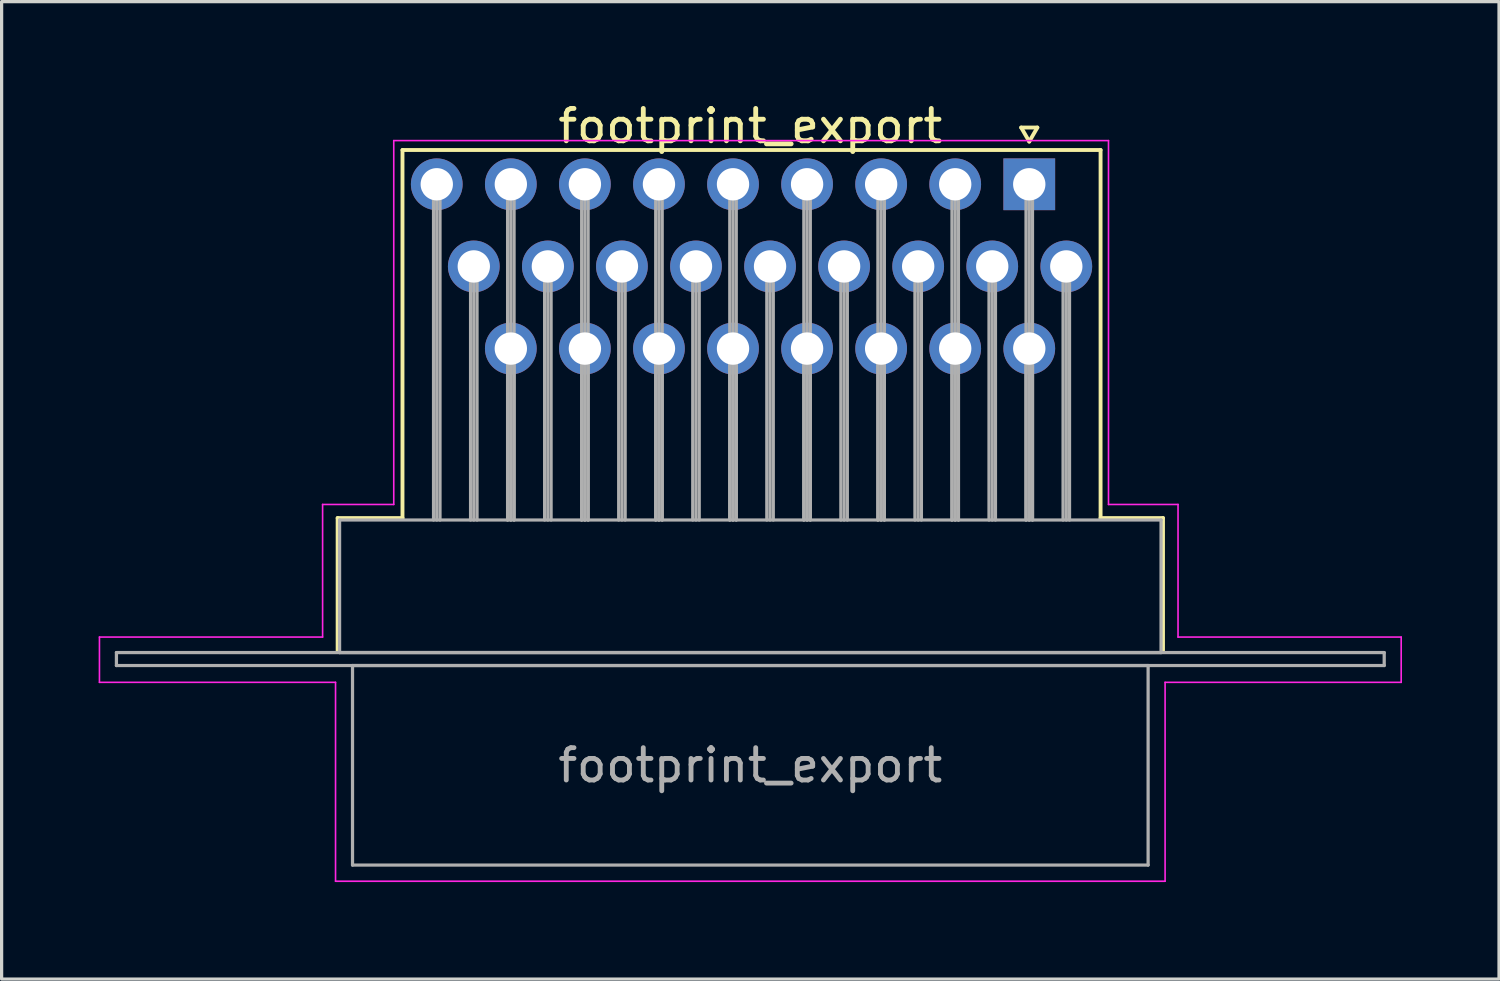
<source format=kicad_pcb>
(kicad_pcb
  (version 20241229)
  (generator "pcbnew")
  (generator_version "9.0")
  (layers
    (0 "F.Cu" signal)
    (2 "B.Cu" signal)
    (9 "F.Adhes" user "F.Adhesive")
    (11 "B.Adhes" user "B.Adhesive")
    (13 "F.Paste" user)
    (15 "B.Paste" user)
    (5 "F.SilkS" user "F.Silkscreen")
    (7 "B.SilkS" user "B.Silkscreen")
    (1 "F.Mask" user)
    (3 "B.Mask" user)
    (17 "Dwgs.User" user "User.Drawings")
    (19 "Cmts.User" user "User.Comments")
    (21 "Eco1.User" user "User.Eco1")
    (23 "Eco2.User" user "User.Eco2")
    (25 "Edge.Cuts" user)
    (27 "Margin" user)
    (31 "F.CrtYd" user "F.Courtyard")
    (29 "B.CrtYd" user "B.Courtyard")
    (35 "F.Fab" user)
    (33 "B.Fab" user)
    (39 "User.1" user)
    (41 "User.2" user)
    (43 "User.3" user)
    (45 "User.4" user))
  (footprint "footprint_export"
    (layer "F.Cu")
    (at 28.775 2.648)
    (property "Reference" "footprint_export" (at -8.625 -1.8 0) (layer "F.SilkS") (effects (font (size 1 1) (thickness 0.15))))
    (attr through_hole)
    (fp_line (start -21.385 10.32) (end -19.38 10.32) (stroke (width 0.12) (type solid)) (layer "F.SilkS"))
    (fp_line (start -21.385 14.42) (end -21.385 10.32) (stroke (width 0.12) (type solid)) (layer "F.SilkS"))
    (fp_line (start -19.38 -1.06) (end 2.205 -1.06) (stroke (width 0.12) (type solid)) (layer "F.SilkS"))
    (fp_line (start -19.38 10.32) (end -19.38 -1.06) (stroke (width 0.12) (type solid)) (layer "F.SilkS"))
    (fp_line (start -0.25 -1.754) (end 0.25 -1.754) (stroke (width 0.12) (type solid)) (layer "F.SilkS"))
    (fp_line (start 0 -1.321) (end -0.25 -1.754) (stroke (width 0.12) (type solid)) (layer "F.SilkS"))
    (fp_line (start 0.25 -1.754) (end 0 -1.321) (stroke (width 0.12) (type solid)) (layer "F.SilkS"))
    (fp_line (start 2.205 -1.06) (end 2.205 10.32) (stroke (width 0.12) (type solid)) (layer "F.SilkS"))
    (fp_line (start 2.205 10.32) (end 4.135 10.32) (stroke (width 0.12) (type solid)) (layer "F.SilkS"))
    (fp_line (start 4.135 10.32) (end 4.135 14.42) (stroke (width 0.12) (type solid)) (layer "F.SilkS"))
    (fp_line (start -28.75 14) (end -21.85 14) (stroke (width 0.05) (type solid)) (layer "F.CrtYd"))
    (fp_line (start -28.75 15.4) (end -28.75 14) (stroke (width 0.05) (type solid)) (layer "F.CrtYd"))
    (fp_line (start -21.85 9.9) (end -19.65 9.9) (stroke (width 0.05) (type solid)) (layer "F.CrtYd"))
    (fp_line (start -21.85 14) (end -21.85 9.9) (stroke (width 0.05) (type solid)) (layer "F.CrtYd"))
    (fp_line (start -21.45 15.4) (end -28.75 15.4) (stroke (width 0.05) (type solid)) (layer "F.CrtYd"))
    (fp_line (start -21.45 21.55) (end -21.45 15.4) (stroke (width 0.05) (type solid)) (layer "F.CrtYd"))
    (fp_line (start -19.65 -1.35) (end 2.45 -1.35) (stroke (width 0.05) (type solid)) (layer "F.CrtYd"))
    (fp_line (start -19.65 9.9) (end -19.65 -1.35) (stroke (width 0.05) (type solid)) (layer "F.CrtYd"))
    (fp_line (start 2.45 -1.35) (end 2.45 9.9) (stroke (width 0.05) (type solid)) (layer "F.CrtYd"))
    (fp_line (start 2.45 9.9) (end 4.6 9.9) (stroke (width 0.05) (type solid)) (layer "F.CrtYd"))
    (fp_line (start 4.2 15.4) (end 4.2 21.55) (stroke (width 0.05) (type solid)) (layer "F.CrtYd"))
    (fp_line (start 4.2 21.55) (end -21.45 21.55) (stroke (width 0.05) (type solid)) (layer "F.CrtYd"))
    (fp_line (start 4.6 9.9) (end 4.6 14) (stroke (width 0.05) (type solid)) (layer "F.CrtYd"))
    (fp_line (start 4.6 14) (end 11.5 14) (stroke (width 0.05) (type solid)) (layer "F.CrtYd"))
    (fp_line (start 11.5 14) (end 11.5 15.4) (stroke (width 0.05) (type solid)) (layer "F.CrtYd"))
    (fp_line (start 11.5 15.4) (end 4.2 15.4) (stroke (width 0.05) (type solid)) (layer "F.CrtYd"))
    (fp_line (start -28.225 14.48) (end -28.225 14.88) (stroke (width 0.1) (type solid)) (layer "F.Fab"))
    (fp_line (start -28.225 14.88) (end 10.975 14.88) (stroke (width 0.1) (type solid)) (layer "F.Fab"))
    (fp_line (start -21.325 10.38) (end -21.325 14.48) (stroke (width 0.1) (type solid)) (layer "F.Fab"))
    (fp_line (start -21.325 14.48) (end 4.075 14.48) (stroke (width 0.1) (type solid)) (layer "F.Fab"))
    (fp_line (start -20.925 14.88) (end -20.925 21.05) (stroke (width 0.1) (type solid)) (layer "F.Fab"))
    (fp_line (start -20.925 21.05) (end 3.675 21.05) (stroke (width 0.1) (type solid)) (layer "F.Fab"))
    (fp_line (start -18.42 0) (end -18.42 10.38) (stroke (width 0.1) (type solid)) (layer "F.Fab"))
    (fp_line (start -18.32 0) (end -18.32 10.38) (stroke (width 0.1) (type solid)) (layer "F.Fab"))
    (fp_line (start -18.22 0) (end -18.22 10.38) (stroke (width 0.1) (type solid)) (layer "F.Fab"))
    (fp_line (start -17.275 2.54) (end -17.275 10.38) (stroke (width 0.1) (type solid)) (layer "F.Fab"))
    (fp_line (start -17.175 2.54) (end -17.175 10.38) (stroke (width 0.1) (type solid)) (layer "F.Fab"))
    (fp_line (start -17.075 2.54) (end -17.075 10.38) (stroke (width 0.1) (type solid)) (layer "F.Fab"))
    (fp_line (start -16.13 0) (end -16.13 10.38) (stroke (width 0.1) (type solid)) (layer "F.Fab"))
    (fp_line (start -16.13 5.08) (end -16.13 10.38) (stroke (width 0.1) (type solid)) (layer "F.Fab"))
    (fp_line (start -16.03 0) (end -16.03 10.38) (stroke (width 0.1) (type solid)) (layer "F.Fab"))
    (fp_line (start -16.03 5.08) (end -16.03 10.38) (stroke (width 0.1) (type solid)) (layer "F.Fab"))
    (fp_line (start -15.93 0) (end -15.93 10.38) (stroke (width 0.1) (type solid)) (layer "F.Fab"))
    (fp_line (start -15.93 5.08) (end -15.93 10.38) (stroke (width 0.1) (type solid)) (layer "F.Fab"))
    (fp_line (start -14.985 2.54) (end -14.985 10.38) (stroke (width 0.1) (type solid)) (layer "F.Fab"))
    (fp_line (start -14.885 2.54) (end -14.885 10.38) (stroke (width 0.1) (type solid)) (layer "F.Fab"))
    (fp_line (start -14.785 2.54) (end -14.785 10.38) (stroke (width 0.1) (type solid)) (layer "F.Fab"))
    (fp_line (start -13.84 0) (end -13.84 10.38) (stroke (width 0.1) (type solid)) (layer "F.Fab"))
    (fp_line (start -13.84 5.08) (end -13.84 10.38) (stroke (width 0.1) (type solid)) (layer "F.Fab"))
    (fp_line (start -13.74 0) (end -13.74 10.38) (stroke (width 0.1) (type solid)) (layer "F.Fab"))
    (fp_line (start -13.74 5.08) (end -13.74 10.38) (stroke (width 0.1) (type solid)) (layer "F.Fab"))
    (fp_line (start -13.64 0) (end -13.64 10.38) (stroke (width 0.1) (type solid)) (layer "F.Fab"))
    (fp_line (start -13.64 5.08) (end -13.64 10.38) (stroke (width 0.1) (type solid)) (layer "F.Fab"))
    (fp_line (start -12.695 2.54) (end -12.695 10.38) (stroke (width 0.1) (type solid)) (layer "F.Fab"))
    (fp_line (start -12.595 2.54) (end -12.595 10.38) (stroke (width 0.1) (type solid)) (layer "F.Fab"))
    (fp_line (start -12.495 2.54) (end -12.495 10.38) (stroke (width 0.1) (type solid)) (layer "F.Fab"))
    (fp_line (start -11.55 0) (end -11.55 10.38) (stroke (width 0.1) (type solid)) (layer "F.Fab"))
    (fp_line (start -11.55 5.08) (end -11.55 10.38) (stroke (width 0.1) (type solid)) (layer "F.Fab"))
    (fp_line (start -11.45 0) (end -11.45 10.38) (stroke (width 0.1) (type solid)) (layer "F.Fab"))
    (fp_line (start -11.45 5.08) (end -11.45 10.38) (stroke (width 0.1) (type solid)) (layer "F.Fab"))
    (fp_line (start -11.35 0) (end -11.35 10.38) (stroke (width 0.1) (type solid)) (layer "F.Fab"))
    (fp_line (start -11.35 5.08) (end -11.35 10.38) (stroke (width 0.1) (type solid)) (layer "F.Fab"))
    (fp_line (start -10.405 2.54) (end -10.405 10.38) (stroke (width 0.1) (type solid)) (layer "F.Fab"))
    (fp_line (start -10.305 2.54) (end -10.305 10.38) (stroke (width 0.1) (type solid)) (layer "F.Fab"))
    (fp_line (start -10.205 2.54) (end -10.205 10.38) (stroke (width 0.1) (type solid)) (layer "F.Fab"))
    (fp_line (start -9.26 0) (end -9.26 10.38) (stroke (width 0.1) (type solid)) (layer "F.Fab"))
    (fp_line (start -9.26 5.08) (end -9.26 10.38) (stroke (width 0.1) (type solid)) (layer "F.Fab"))
    (fp_line (start -9.16 0) (end -9.16 10.38) (stroke (width 0.1) (type solid)) (layer "F.Fab"))
    (fp_line (start -9.16 5.08) (end -9.16 10.38) (stroke (width 0.1) (type solid)) (layer "F.Fab"))
    (fp_line (start -9.06 0) (end -9.06 10.38) (stroke (width 0.1) (type solid)) (layer "F.Fab"))
    (fp_line (start -9.06 5.08) (end -9.06 10.38) (stroke (width 0.1) (type solid)) (layer "F.Fab"))
    (fp_line (start -8.115 2.54) (end -8.115 10.38) (stroke (width 0.1) (type solid)) (layer "F.Fab"))
    (fp_line (start -8.015 2.54) (end -8.015 10.38) (stroke (width 0.1) (type solid)) (layer "F.Fab"))
    (fp_line (start -7.915 2.54) (end -7.915 10.38) (stroke (width 0.1) (type solid)) (layer "F.Fab"))
    (fp_line (start -6.97 0) (end -6.97 10.38) (stroke (width 0.1) (type solid)) (layer "F.Fab"))
    (fp_line (start -6.97 5.08) (end -6.97 10.38) (stroke (width 0.1) (type solid)) (layer "F.Fab"))
    (fp_line (start -6.87 0) (end -6.87 10.38) (stroke (width 0.1) (type solid)) (layer "F.Fab"))
    (fp_line (start -6.87 5.08) (end -6.87 10.38) (stroke (width 0.1) (type solid)) (layer "F.Fab"))
    (fp_line (start -6.77 0) (end -6.77 10.38) (stroke (width 0.1) (type solid)) (layer "F.Fab"))
    (fp_line (start -6.77 5.08) (end -6.77 10.38) (stroke (width 0.1) (type solid)) (layer "F.Fab"))
    (fp_line (start -5.825 2.54) (end -5.825 10.38) (stroke (width 0.1) (type solid)) (layer "F.Fab"))
    (fp_line (start -5.725 2.54) (end -5.725 10.38) (stroke (width 0.1) (type solid)) (layer "F.Fab"))
    (fp_line (start -5.625 2.54) (end -5.625 10.38) (stroke (width 0.1) (type solid)) (layer "F.Fab"))
    (fp_line (start -4.68 0) (end -4.68 10.38) (stroke (width 0.1) (type solid)) (layer "F.Fab"))
    (fp_line (start -4.68 5.08) (end -4.68 10.38) (stroke (width 0.1) (type solid)) (layer "F.Fab"))
    (fp_line (start -4.58 0) (end -4.58 10.38) (stroke (width 0.1) (type solid)) (layer "F.Fab"))
    (fp_line (start -4.58 5.08) (end -4.58 10.38) (stroke (width 0.1) (type solid)) (layer "F.Fab"))
    (fp_line (start -4.48 0) (end -4.48 10.38) (stroke (width 0.1) (type solid)) (layer "F.Fab"))
    (fp_line (start -4.48 5.08) (end -4.48 10.38) (stroke (width 0.1) (type solid)) (layer "F.Fab"))
    (fp_line (start -3.535 2.54) (end -3.535 10.38) (stroke (width 0.1) (type solid)) (layer "F.Fab"))
    (fp_line (start -3.435 2.54) (end -3.435 10.38) (stroke (width 0.1) (type solid)) (layer "F.Fab"))
    (fp_line (start -3.335 2.54) (end -3.335 10.38) (stroke (width 0.1) (type solid)) (layer "F.Fab"))
    (fp_line (start -2.39 0) (end -2.39 10.38) (stroke (width 0.1) (type solid)) (layer "F.Fab"))
    (fp_line (start -2.39 5.08) (end -2.39 10.38) (stroke (width 0.1) (type solid)) (layer "F.Fab"))
    (fp_line (start -2.29 0) (end -2.29 10.38) (stroke (width 0.1) (type solid)) (layer "F.Fab"))
    (fp_line (start -2.29 5.08) (end -2.29 10.38) (stroke (width 0.1) (type solid)) (layer "F.Fab"))
    (fp_line (start -2.19 0) (end -2.19 10.38) (stroke (width 0.1) (type solid)) (layer "F.Fab"))
    (fp_line (start -2.19 5.08) (end -2.19 10.38) (stroke (width 0.1) (type solid)) (layer "F.Fab"))
    (fp_line (start -1.245 2.54) (end -1.245 10.38) (stroke (width 0.1) (type solid)) (layer "F.Fab"))
    (fp_line (start -1.145 2.54) (end -1.145 10.38) (stroke (width 0.1) (type solid)) (layer "F.Fab"))
    (fp_line (start -1.045 2.54) (end -1.045 10.38) (stroke (width 0.1) (type solid)) (layer "F.Fab"))
    (fp_line (start -0.1 0) (end -0.1 10.38) (stroke (width 0.1) (type solid)) (layer "F.Fab"))
    (fp_line (start -0.1 5.08) (end -0.1 10.38) (stroke (width 0.1) (type solid)) (layer "F.Fab"))
    (fp_line (start 0 0) (end 0 10.38) (stroke (width 0.1) (type solid)) (layer "F.Fab"))
    (fp_line (start 0 5.08) (end 0 10.38) (stroke (width 0.1) (type solid)) (layer "F.Fab"))
    (fp_line (start 0.1 0) (end 0.1 10.38) (stroke (width 0.1) (type solid)) (layer "F.Fab"))
    (fp_line (start 0.1 5.08) (end 0.1 10.38) (stroke (width 0.1) (type solid)) (layer "F.Fab"))
    (fp_line (start 1.045 2.54) (end 1.045 10.38) (stroke (width 0.1) (type solid)) (layer "F.Fab"))
    (fp_line (start 1.145 2.54) (end 1.145 10.38) (stroke (width 0.1) (type solid)) (layer "F.Fab"))
    (fp_line (start 1.245 2.54) (end 1.245 10.38) (stroke (width 0.1) (type solid)) (layer "F.Fab"))
    (fp_line (start 3.675 14.88) (end -20.925 14.88) (stroke (width 0.1) (type solid)) (layer "F.Fab"))
    (fp_line (start 3.675 21.05) (end 3.675 14.88) (stroke (width 0.1) (type solid)) (layer "F.Fab"))
    (fp_line (start 4.075 10.38) (end -21.325 10.38) (stroke (width 0.1) (type solid)) (layer "F.Fab"))
    (fp_line (start 4.075 14.48) (end 4.075 10.38) (stroke (width 0.1) (type solid)) (layer "F.Fab"))
    (fp_line (start 10.975 14.48) (end -28.225 14.48) (stroke (width 0.1) (type solid)) (layer "F.Fab"))
    (fp_line (start 10.975 14.88) (end 10.975 14.48) (stroke (width 0.1) (type solid)) (layer "F.Fab"))
    (fp_text user "${REFERENCE}" (at -8.625 17.965 0) (layer "F.Fab") (effects (font (size 1 1) (thickness 0.15))))
    (pad "1" thru_hole rect (at 0 0) (size 1.6 1.6) (drill 1) (layers "*.Cu" "*.Mask"))
    (pad "2" thru_hole circle (at -2.29 0) (size 1.6 1.6) (drill 1) (layers "*.Cu" "*.Mask"))
    (pad "3" thru_hole circle (at -4.58 0) (size 1.6 1.6) (drill 1) (layers "*.Cu" "*.Mask"))
    (pad "4" thru_hole circle (at -6.87 0) (size 1.6 1.6) (drill 1) (layers "*.Cu" "*.Mask"))
    (pad "5" thru_hole circle (at -9.16 0) (size 1.6 1.6) (drill 1) (layers "*.Cu" "*.Mask"))
    (pad "6" thru_hole circle (at -11.45 0) (size 1.6 1.6) (drill 1) (layers "*.Cu" "*.Mask"))
    (pad "7" thru_hole circle (at -13.74 0) (size 1.6 1.6) (drill 1) (layers "*.Cu" "*.Mask"))
    (pad "8" thru_hole circle (at -16.03 0) (size 1.6 1.6) (drill 1) (layers "*.Cu" "*.Mask"))
    (pad "9" thru_hole circle (at -18.32 0) (size 1.6 1.6) (drill 1) (layers "*.Cu" "*.Mask"))
    (pad "10" thru_hole circle (at 1.145 2.54) (size 1.6 1.6) (drill 1) (layers "*.Cu" "*.Mask"))
    (pad "11" thru_hole circle (at -1.145 2.54) (size 1.6 1.6) (drill 1) (layers "*.Cu" "*.Mask"))
    (pad "12" thru_hole circle (at -3.435 2.54) (size 1.6 1.6) (drill 1) (layers "*.Cu" "*.Mask"))
    (pad "13" thru_hole circle (at -5.725 2.54) (size 1.6 1.6) (drill 1) (layers "*.Cu" "*.Mask"))
    (pad "14" thru_hole circle (at -8.015 2.54) (size 1.6 1.6) (drill 1) (layers "*.Cu" "*.Mask"))
    (pad "15" thru_hole circle (at -10.305 2.54) (size 1.6 1.6) (drill 1) (layers "*.Cu" "*.Mask"))
    (pad "16" thru_hole circle (at -12.595 2.54) (size 1.6 1.6) (drill 1) (layers "*.Cu" "*.Mask"))
    (pad "17" thru_hole circle (at -14.885 2.54) (size 1.6 1.6) (drill 1) (layers "*.Cu" "*.Mask"))
    (pad "18" thru_hole circle (at -17.175 2.54) (size 1.6 1.6) (drill 1) (layers "*.Cu" "*.Mask"))
    (pad "19" thru_hole circle (at 0 5.08) (size 1.6 1.6) (drill 1) (layers "*.Cu" "*.Mask"))
    (pad "20" thru_hole circle (at -2.29 5.08) (size 1.6 1.6) (drill 1) (layers "*.Cu" "*.Mask"))
    (pad "21" thru_hole circle (at -4.58 5.08) (size 1.6 1.6) (drill 1) (layers "*.Cu" "*.Mask"))
    (pad "22" thru_hole circle (at -6.87 5.08) (size 1.6 1.6) (drill 1) (layers "*.Cu" "*.Mask"))
    (pad "23" thru_hole circle (at -9.16 5.08) (size 1.6 1.6) (drill 1) (layers "*.Cu" "*.Mask"))
    (pad "24" thru_hole circle (at -11.45 5.08) (size 1.6 1.6) (drill 1) (layers "*.Cu" "*.Mask"))
    (pad "25" thru_hole circle (at -13.74 5.08) (size 1.6 1.6) (drill 1) (layers "*.Cu" "*.Mask"))
    (pad "26" thru_hole circle (at -16.03 5.08) (size 1.6 1.6) (drill 1) (layers "*.Cu" "*.Mask")))
  (gr_rect
    (start -3 -3)
    (end 43.3 27.223)
    (stroke (width 0.1) (type default))
    (fill no)
    (layer "Edge.Cuts")))
</source>
